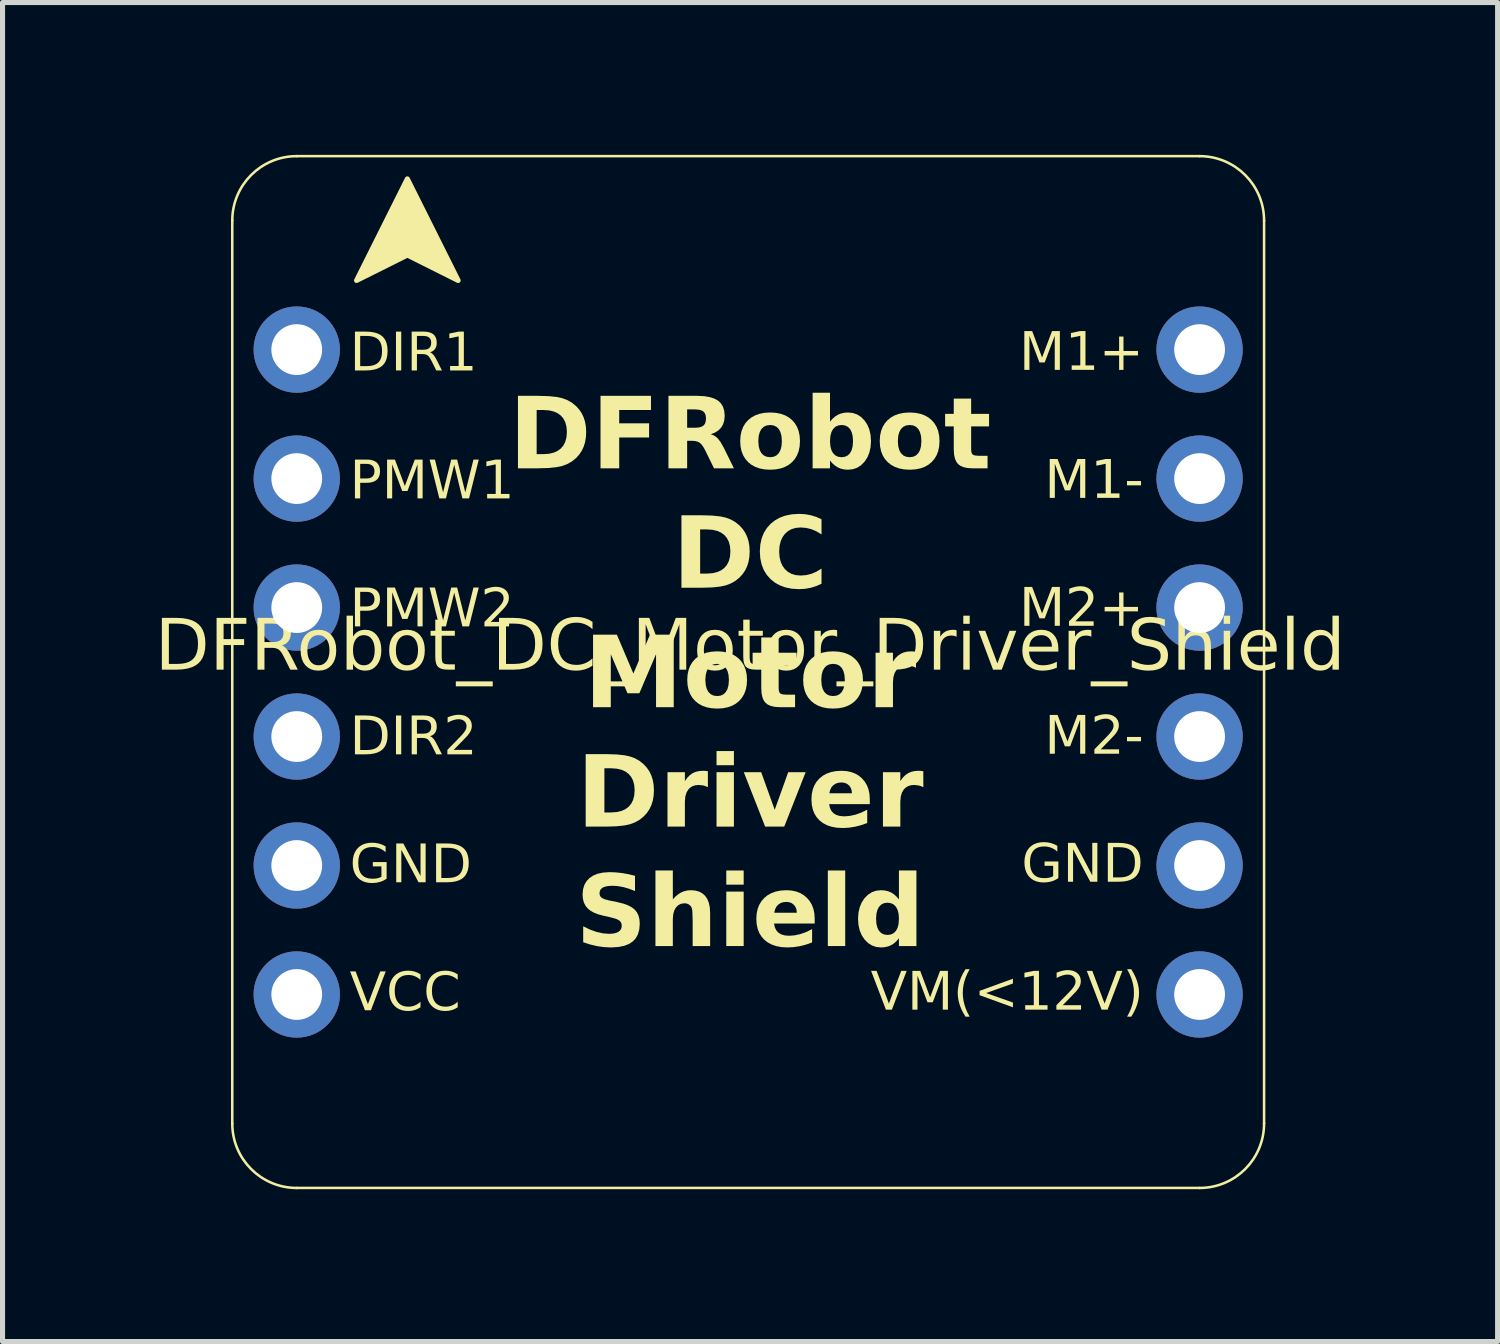
<source format=kicad_pcb>
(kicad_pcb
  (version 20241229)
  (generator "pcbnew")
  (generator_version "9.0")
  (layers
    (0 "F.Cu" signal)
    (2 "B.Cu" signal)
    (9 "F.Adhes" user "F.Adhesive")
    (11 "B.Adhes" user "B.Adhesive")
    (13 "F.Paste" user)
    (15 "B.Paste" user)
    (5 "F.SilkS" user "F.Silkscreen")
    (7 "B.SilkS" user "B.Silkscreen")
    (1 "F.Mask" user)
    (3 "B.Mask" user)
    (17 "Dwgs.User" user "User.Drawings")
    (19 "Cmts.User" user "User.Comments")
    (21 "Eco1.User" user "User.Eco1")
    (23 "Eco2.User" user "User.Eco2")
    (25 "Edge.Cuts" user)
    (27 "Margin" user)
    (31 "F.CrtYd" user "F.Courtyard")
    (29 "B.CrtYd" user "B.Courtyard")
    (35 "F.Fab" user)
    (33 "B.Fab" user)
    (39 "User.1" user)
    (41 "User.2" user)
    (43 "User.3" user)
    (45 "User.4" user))
  (footprint "DFRobot_DC_Motor_Driver_Shield"
    (layer "F.Cu")
    (at 11.722 10.223)
    (property "Reference" "DFRobot_DC_Motor_Driver_Shield" (at 0 -0.5 0) (unlocked yes) (layer "F.SilkS") (effects (font (face "Roboto Slab") (size 1 1) (thickness 0.1))))
    (attr through_hole)
    (fp_line (start -10.198 -8.928) (end -10.198 8.852) (stroke (width 0.05) (type default)) (layer "F.SilkS"))
    (fp_line (start -8.928 10.122) (end 8.852 10.122) (stroke (width 0.05) (type default)) (layer "F.SilkS"))
    (fp_line (start 8.852 -10.198) (end -8.928 -10.198) (stroke (width 0.05) (type default)) (layer "F.SilkS"))
    (fp_line (start 10.122 8.852) (end 10.122 -8.928) (stroke (width 0.05) (type default)) (layer "F.SilkS"))
    (fp_arc (start -10.198026 -8.928026) (mid -9.826052 -9.826052) (end -8.928026 -10.198026) (stroke (width 0.05) (type default)) (layer "F.SilkS"))
    (fp_arc (start -8.928026 10.121974) (mid -9.826052 9.75) (end -10.198026 8.851974) (stroke (width 0.05) (type default)) (layer "F.SilkS"))
    (fp_arc (start 8.851974 -10.198026) (mid 9.75 -9.826052) (end 10.121974 -8.928026) (stroke (width 0.05) (type default)) (layer "F.SilkS"))
    (fp_arc (start 10.121974 8.851974) (mid 9.75 9.75) (end 8.851974 10.121974) (stroke (width 0.05) (type default)) (layer "F.SilkS"))
    (fp_poly (pts (xy -6.75 -9.75) (xy -7.75 -7.75) (xy -6.75 -8.25) (xy -5.75 -7.75)) (stroke (width 0.1) (type solid)) (fill yes) (layer "F.SilkS"))
    (fp_text user "DIR1\n\nPMW1\n\nPMW2\n\nDIR2\n\nGND\n\nVCC\n" (at -7.885 6.75 0) (unlocked yes) (layer "F.SilkS") (effects (font (face "Roboto Slab") (size 0.75 0.75) (thickness 0.15)) (justify left bottom)))
    (fp_text user "M1+\n\nM1-\n\nM2+\n\nM2-\n\nGND\n\nVM(<12V)\n" (at 7.75 0 0) (unlocked yes) (layer "F.SilkS") (effects (font (face "Roboto Slab") (size 0.75 0.75) (thickness 0.15)) (justify right)))
    (fp_text_box "DFRobot DC Motor Driver Shield" (start -4.375 -6.5) (end 4.375 3.5) (margins 1.05 1.05 1.05 1.05) (layer "F.SilkS") (effects (font (face "Roboto Slab") (size 1.4 1.4) (thickness 0.2) (bold yes)) (justify top)) (border no) (stroke (width 0) (type solid)))
    (pad "1" thru_hole oval (at -8.928 -6.388) (size 1.7 1.7) (drill 1) (layers "*.Cu" "*.Mask"))
    (pad "2" thru_hole oval (at -8.928 -3.848) (size 1.7 1.7) (drill 1) (layers "*.Cu" "*.Mask"))
    (pad "3" thru_hole oval (at -8.928 -1.308) (size 1.7 1.7) (drill 1) (layers "*.Cu" "*.Mask"))
    (pad "4" thru_hole oval (at -8.928 1.232) (size 1.7 1.7) (drill 1) (layers "*.Cu" "*.Mask"))
    (pad "5" thru_hole oval (at -8.928 3.772) (size 1.7 1.7) (drill 1) (layers "*.Cu" "*.Mask"))
    (pad "6" thru_hole oval (at -8.928 6.312) (size 1.7 1.7) (drill 1) (layers "*.Cu" "*.Mask"))
    (pad "7" thru_hole oval (at 8.852 6.312) (size 1.7 1.7) (drill 1) (layers "*.Cu" "*.Mask"))
    (pad "8" thru_hole oval (at 8.852 3.772) (size 1.7 1.7) (drill 1) (layers "*.Cu" "*.Mask"))
    (pad "9" thru_hole oval (at 8.852 1.232) (size 1.7 1.7) (drill 1) (layers "*.Cu" "*.Mask"))
    (pad "10" thru_hole oval (at 8.852 -1.308) (size 1.7 1.7) (drill 1) (layers "*.Cu" "*.Mask"))
    (pad "11" thru_hole oval (at 8.852 -3.848) (size 1.7 1.7) (drill 1) (layers "*.Cu" "*.Mask"))
    (pad "12" thru_hole oval (at 8.852 -6.388) (size 1.7 1.7) (drill 1) (layers "*.Cu" "*.Mask")))
  (gr_rect
    (start -3 -3)
    (end 26.443 23.37)
    (stroke (width 0.1) (type default))
    (fill no)
    (layer "Edge.Cuts")))
</source>
